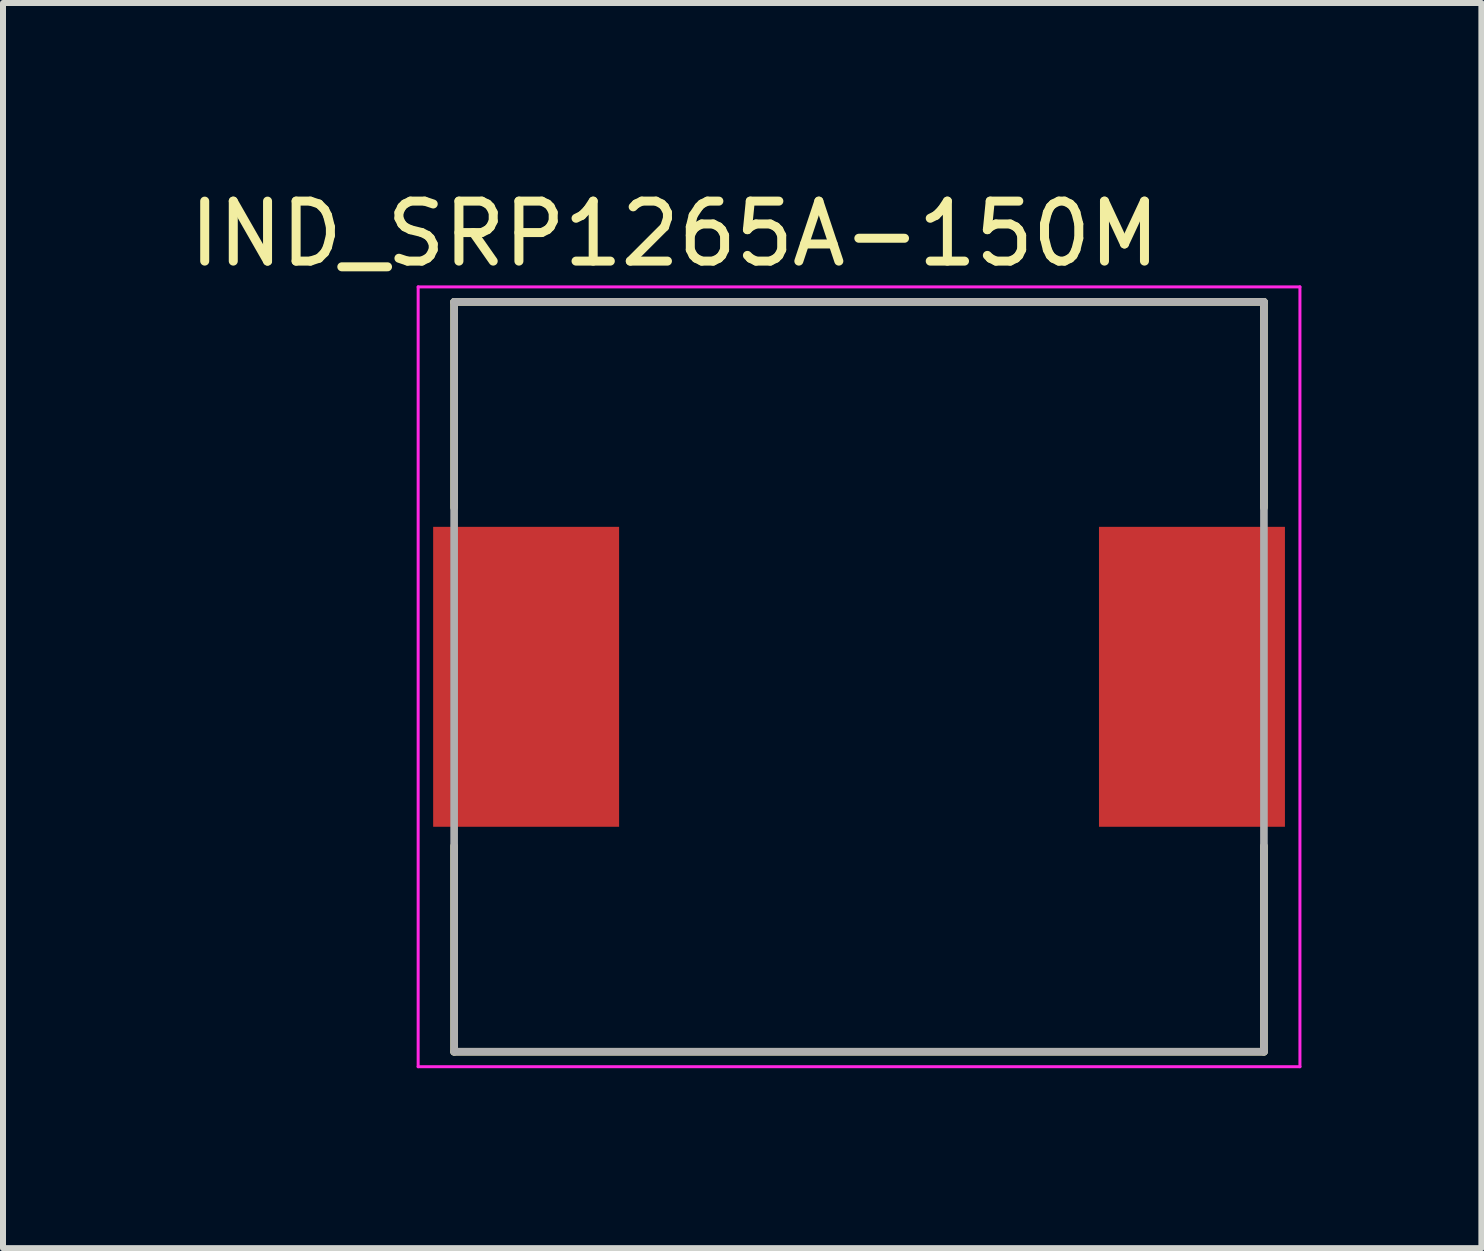
<source format=kicad_pcb>
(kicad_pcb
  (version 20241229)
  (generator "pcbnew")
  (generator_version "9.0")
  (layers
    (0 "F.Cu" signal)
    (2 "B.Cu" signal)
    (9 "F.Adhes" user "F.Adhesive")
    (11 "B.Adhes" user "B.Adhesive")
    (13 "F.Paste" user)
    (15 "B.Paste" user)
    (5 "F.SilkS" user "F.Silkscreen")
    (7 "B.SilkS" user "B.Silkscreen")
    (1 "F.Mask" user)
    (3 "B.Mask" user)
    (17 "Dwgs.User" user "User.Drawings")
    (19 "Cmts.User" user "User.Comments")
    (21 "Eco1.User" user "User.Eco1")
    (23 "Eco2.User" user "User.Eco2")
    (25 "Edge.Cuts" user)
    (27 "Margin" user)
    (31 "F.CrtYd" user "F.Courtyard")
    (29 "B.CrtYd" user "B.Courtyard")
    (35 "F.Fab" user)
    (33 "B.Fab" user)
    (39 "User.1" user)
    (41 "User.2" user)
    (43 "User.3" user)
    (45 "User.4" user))
  (footprint "IND_SRP1265A-150M"
    (layer "F.Cu")
    (at 11.271 8.233)
    (property "Reference" "IND_SRP1265A-150M" (at -3.075 -7.385 0) (layer "F.SilkS") (effects (font (size 1 1) (thickness 0.15))))
    (attr smd)
    (fp_line (start -6.75 -6.25) (end 6.75 -6.25) (stroke (width 0.127) (type solid)) (layer "F.SilkS"))
    (fp_line (start -6.75 -2.82) (end -6.75 -6.25) (stroke (width 0.127) (type solid)) (layer "F.SilkS"))
    (fp_line (start -6.75 6.25) (end -6.75 2.82) (stroke (width 0.127) (type solid)) (layer "F.SilkS"))
    (fp_line (start 6.75 -6.25) (end 6.75 -2.82) (stroke (width 0.127) (type solid)) (layer "F.SilkS"))
    (fp_line (start 6.75 6.25) (end -6.75 6.25) (stroke (width 0.127) (type solid)) (layer "F.SilkS"))
    (fp_line (start 6.75 6.25) (end 6.75 2.82) (stroke (width 0.127) (type solid)) (layer "F.SilkS"))
    (fp_line (start -7.35 -6.5) (end -7.35 6.5) (stroke (width 0.05) (type solid)) (layer "F.CrtYd"))
    (fp_line (start -7.35 6.5) (end 7.35 6.5) (stroke (width 0.05) (type solid)) (layer "F.CrtYd"))
    (fp_line (start 7.35 -6.5) (end -7.35 -6.5) (stroke (width 0.05) (type solid)) (layer "F.CrtYd"))
    (fp_line (start 7.35 6.5) (end 7.35 -6.5) (stroke (width 0.05) (type solid)) (layer "F.CrtYd"))
    (fp_line (start -6.75 -6.25) (end 6.75 -6.25) (stroke (width 0.127) (type solid)) (layer "F.Fab"))
    (fp_line (start -6.75 6.25) (end -6.75 -6.25) (stroke (width 0.127) (type solid)) (layer "F.Fab"))
    (fp_line (start 6.75 -6.25) (end 6.75 6.25) (stroke (width 0.127) (type solid)) (layer "F.Fab"))
    (fp_line (start 6.75 6.25) (end -6.75 6.25) (stroke (width 0.127) (type solid)) (layer "F.Fab"))
    (pad "1" smd rect (at -5.55 0) (size 3.1 5) (layers "F.Cu" "F.Mask" "F.Paste"))
    (pad "2" smd rect (at 5.55 0) (size 3.1 5) (layers "F.Cu" "F.Mask" "F.Paste")))
  (gr_rect
    (start -3 -3)
    (end 21.646 17.758)
    (stroke (width 0.1) (type default))
    (fill no)
    (layer "Edge.Cuts")))
</source>
